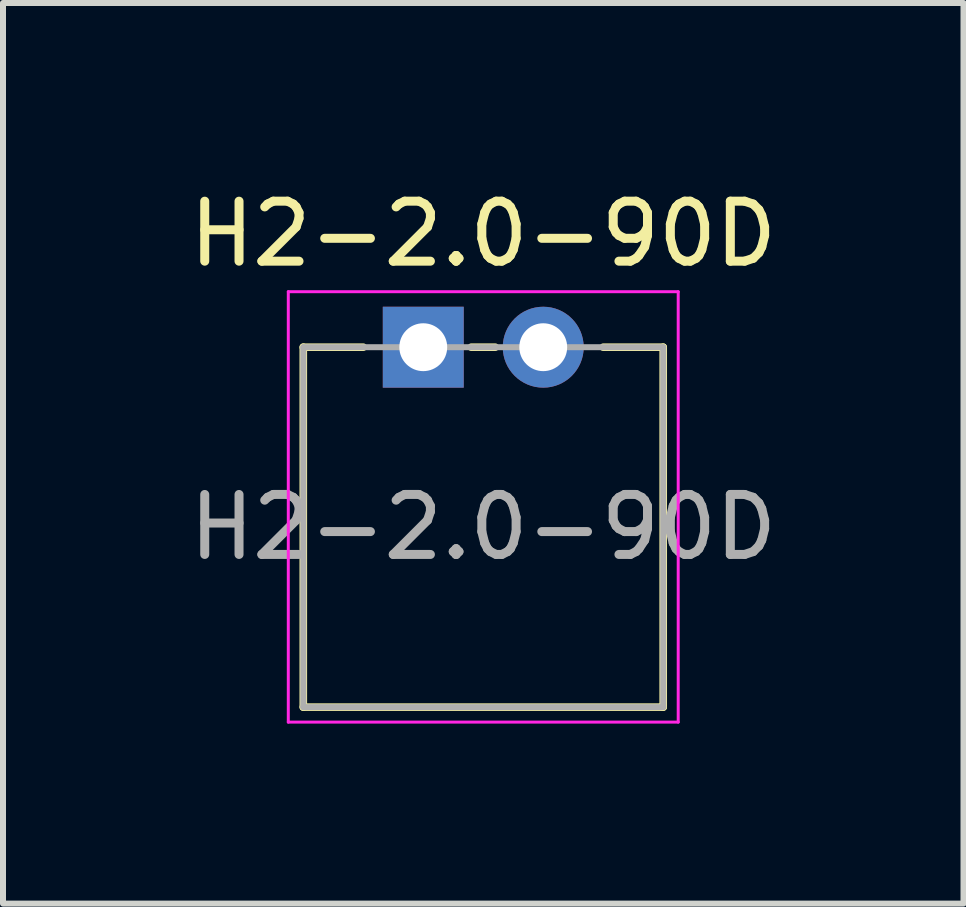
<source format=kicad_pcb>
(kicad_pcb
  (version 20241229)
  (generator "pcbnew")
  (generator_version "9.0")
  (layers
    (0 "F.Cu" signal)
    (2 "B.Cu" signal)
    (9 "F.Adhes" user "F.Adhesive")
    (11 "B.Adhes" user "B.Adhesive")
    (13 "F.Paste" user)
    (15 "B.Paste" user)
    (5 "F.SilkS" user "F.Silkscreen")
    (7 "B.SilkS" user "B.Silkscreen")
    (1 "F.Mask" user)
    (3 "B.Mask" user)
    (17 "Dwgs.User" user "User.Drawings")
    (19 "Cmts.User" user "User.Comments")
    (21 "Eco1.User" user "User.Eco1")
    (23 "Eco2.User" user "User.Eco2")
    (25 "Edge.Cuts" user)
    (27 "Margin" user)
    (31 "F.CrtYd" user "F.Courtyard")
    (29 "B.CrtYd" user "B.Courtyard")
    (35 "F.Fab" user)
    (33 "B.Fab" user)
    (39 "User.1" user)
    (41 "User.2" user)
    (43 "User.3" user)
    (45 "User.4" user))
  (footprint "H2-2.0-90D"
    (layer "F.Cu")
    (at 5.006 5.738)
    (property "Reference" "H2-2.0-90D" (at 0 -4.889 0) (layer "F.SilkS") (effects (font (size 1 1) (thickness 0.15))))
    (attr exclude_from_pos_files exclude_from_bom)
    (fp_line (start -3 -3) (end -2 -3) (stroke (width 0.127) (type solid)) (layer "F.SilkS"))
    (fp_line (start -3 3) (end -3 -3) (stroke (width 0.127) (type solid)) (layer "F.SilkS"))
    (fp_line (start -0.2 -3) (end 0.2 -3) (stroke (width 0.127) (type solid)) (layer "F.SilkS"))
    (fp_line (start 2 -3) (end 3 -3) (stroke (width 0.127) (type solid)) (layer "F.SilkS"))
    (fp_line (start 3 -3) (end 3 3) (stroke (width 0.127) (type solid)) (layer "F.SilkS"))
    (fp_line (start 3 3) (end -3 3) (stroke (width 0.127) (type solid)) (layer "F.SilkS"))
    (fp_line (start -3.25 -3.925) (end 3.25 -3.925) (stroke (width 0.05) (type solid)) (layer "F.CrtYd"))
    (fp_line (start -3.25 3.25) (end -3.25 -3.925) (stroke (width 0.05) (type solid)) (layer "F.CrtYd"))
    (fp_line (start 3.25 -3.925) (end 3.25 3.25) (stroke (width 0.05) (type solid)) (layer "F.CrtYd"))
    (fp_line (start 3.25 3.25) (end -3.25 3.25) (stroke (width 0.05) (type solid)) (layer "F.CrtYd"))
    (fp_line (start -3 -3) (end -3 3) (stroke (width 0.1) (type solid)) (layer "F.Fab"))
    (fp_line (start 3 -3) (end -3 -3) (stroke (width 0.1) (type solid)) (layer "F.Fab"))
    (fp_line (start 3 -3) (end 3 3) (stroke (width 0.1) (type solid)) (layer "F.Fab"))
    (fp_line (start 3 3) (end -3 3) (stroke (width 0.1) (type solid)) (layer "F.Fab"))
    (fp_text user "${REFERENCE}" (at 0 0 0) (layer "F.Fab") (effects (font (size 1 1) (thickness 0.15))))
    (pad "1" thru_hole rect (at -1 -3) (size 1.349 1.349) (drill 0.798) (layers "*.Cu" "*.Mask"))
    (pad "2" thru_hole circle (at 1 -3) (size 1.349 1.349) (drill 0.798) (layers "*.Cu" "*.Mask")))
  (gr_rect
    (start -3 -3)
    (end 13.012 12.013)
    (stroke (width 0.1) (type default))
    (fill no)
    (layer "Edge.Cuts")))
</source>
